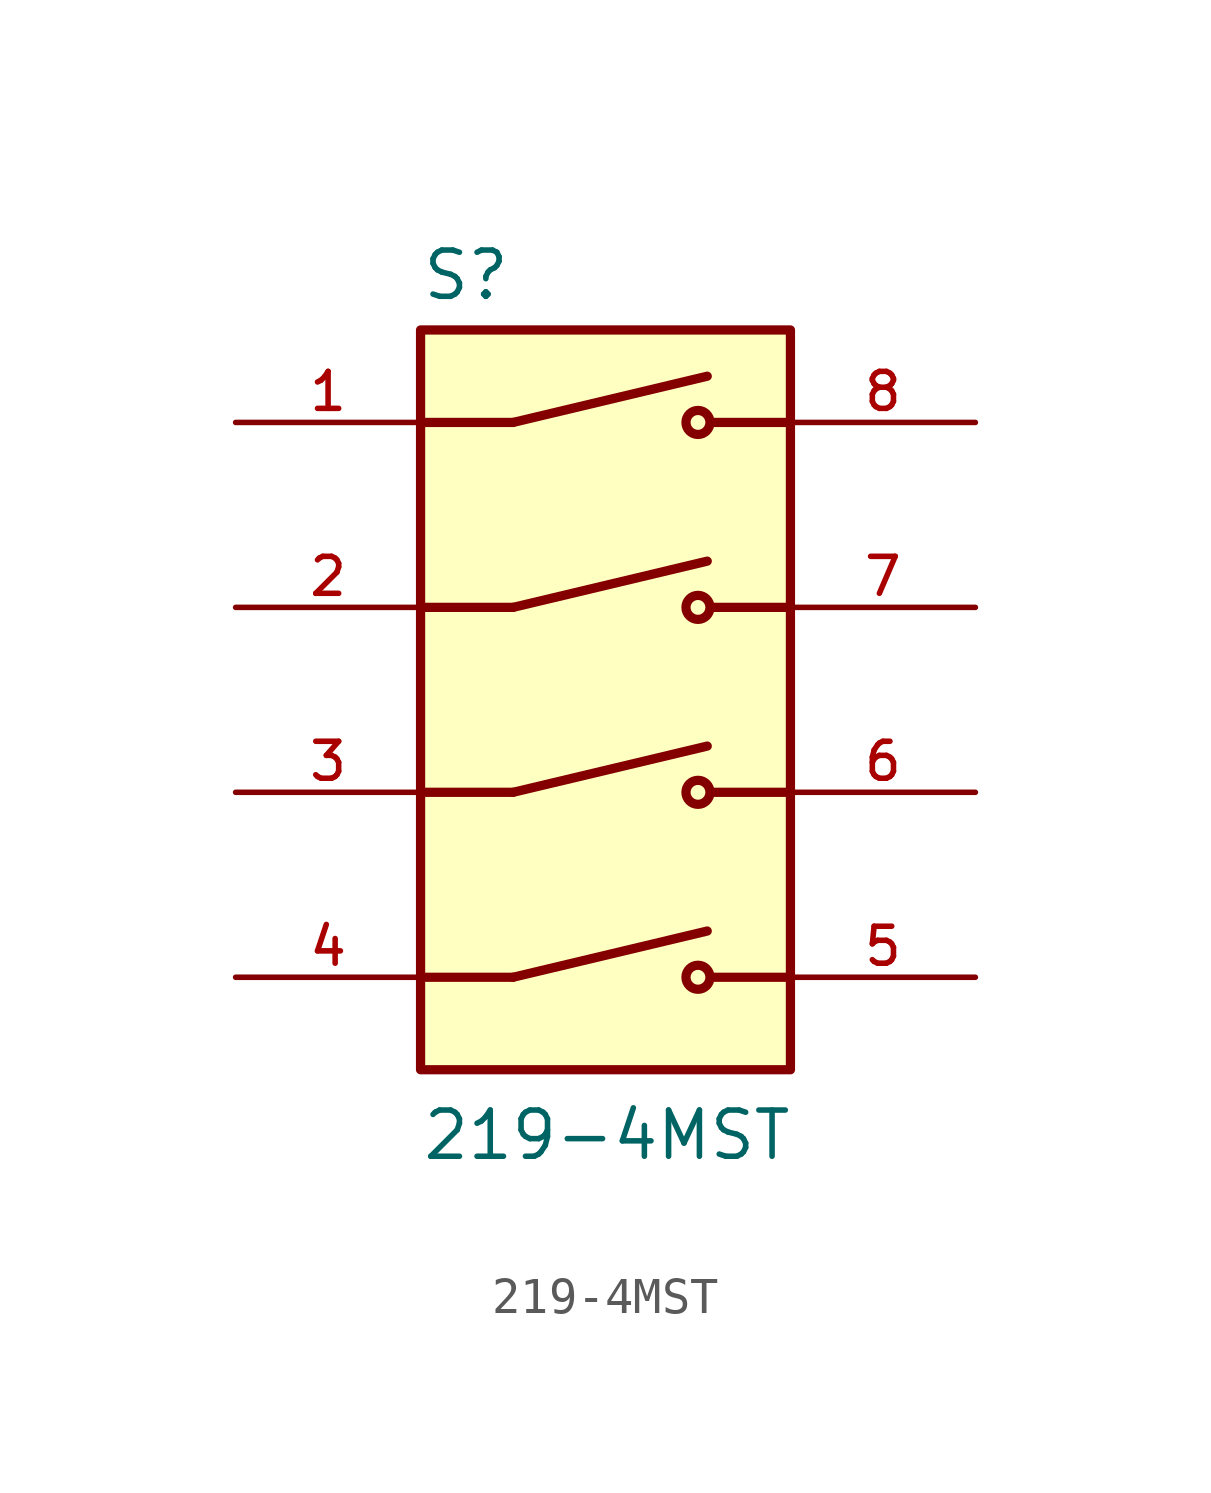
<source format=kicad_sym>
(kicad_symbol_lib
  (version 20211014)
  (generator kicad_symbol_editor)
  (symbol "219-4MST"
    (pin_names
      (offset 1.016))
    (property "Reference" "S"
      (at -5.08 10.922 0)
      (effects (font (size 1.27 1.27)) (justify bottom left)))
    (property "Value" "219-4MST"
      (at -5.08 -12.7 0)
      (effects (font (size 1.27 1.27)) (justify bottom left)))
    (symbol "219-4MST_0_0"
      (polyline (pts (xy -2.54 -7.62) (xy 2.794 -6.35)) (stroke (width 0.254)))
      (circle (center 2.54 -7.62) (radius 0.33) (stroke (width 0.254)) (fill (type none)))
      (polyline (pts (xy 5.08 -7.62) (xy 2.921 -7.62)) (stroke (width 0.254)))
      (polyline (pts (xy -2.54 -7.62) (xy -5.08 -7.62)) (stroke (width 0.254)))
      (polyline (pts (xy -2.54 -2.54) (xy 2.794 -1.27)) (stroke (width 0.254)))
      (circle (center 2.54 -2.54) (radius 0.33) (stroke (width 0.254)) (fill (type none)))
      (polyline (pts (xy 5.08 -2.54) (xy 2.921 -2.54)) (stroke (width 0.254)))
      (polyline (pts (xy -2.54 -2.54) (xy -5.08 -2.54)) (stroke (width 0.254)))
      (polyline (pts (xy -2.54 2.54) (xy 2.794 3.81)) (stroke (width 0.254)))
      (circle (center 2.54 2.54) (radius 0.33) (stroke (width 0.254)) (fill (type none)))
      (polyline (pts (xy 5.08 2.54) (xy 2.921 2.54)) (stroke (width 0.254)))
      (polyline (pts (xy -2.54 2.54) (xy -5.08 2.54)) (stroke (width 0.254)))
      (polyline (pts (xy -2.54 7.62) (xy 2.794 8.89)) (stroke (width 0.254)))
      (circle (center 2.54 7.62) (radius 0.33) (stroke (width 0.254)) (fill (type none)))
      (polyline (pts (xy 5.08 7.62) (xy 2.921 7.62)) (stroke (width 0.254)))
      (polyline (pts (xy -2.54 7.62) (xy -5.08 7.62)) (stroke (width 0.254)))
      (rectangle (start -5.08 -10.16) (end 5.08 10.16) (stroke (width 0.254)) (fill (type background)))
      (pin passive line (at -10.16 7.62 0) (length 5.08) (name "~" (effects (font (size 1.016 1.016)))) (number "1" (effects (font (size 1.016 1.016)))))
      (pin passive line (at -10.16 2.54 0) (length 5.08) (name "~" (effects (font (size 1.016 1.016)))) (number "2" (effects (font (size 1.016 1.016)))))
      (pin passive line (at -10.16 -2.54 0) (length 5.08) (name "~" (effects (font (size 1.016 1.016)))) (number "3" (effects (font (size 1.016 1.016)))))
      (pin passive line (at -10.16 -7.62 0) (length 5.08) (name "~" (effects (font (size 1.016 1.016)))) (number "4" (effects (font (size 1.016 1.016)))))
      (pin passive line (at 10.16 -7.62 180.0) (length 5.08) (name "~" (effects (font (size 1.016 1.016)))) (number "5" (effects (font (size 1.016 1.016)))))
      (pin passive line (at 10.16 -2.54 180.0) (length 5.08) (name "~" (effects (font (size 1.016 1.016)))) (number "6" (effects (font (size 1.016 1.016)))))
      (pin passive line (at 10.16 2.54 180.0) (length 5.08) (name "~" (effects (font (size 1.016 1.016)))) (number "7" (effects (font (size 1.016 1.016)))))
      (pin passive line (at 10.16 7.62 180.0) (length 5.08) (name "~" (effects (font (size 1.016 1.016)))) (number "8" (effects (font (size 1.016 1.016))))))))
</source>
